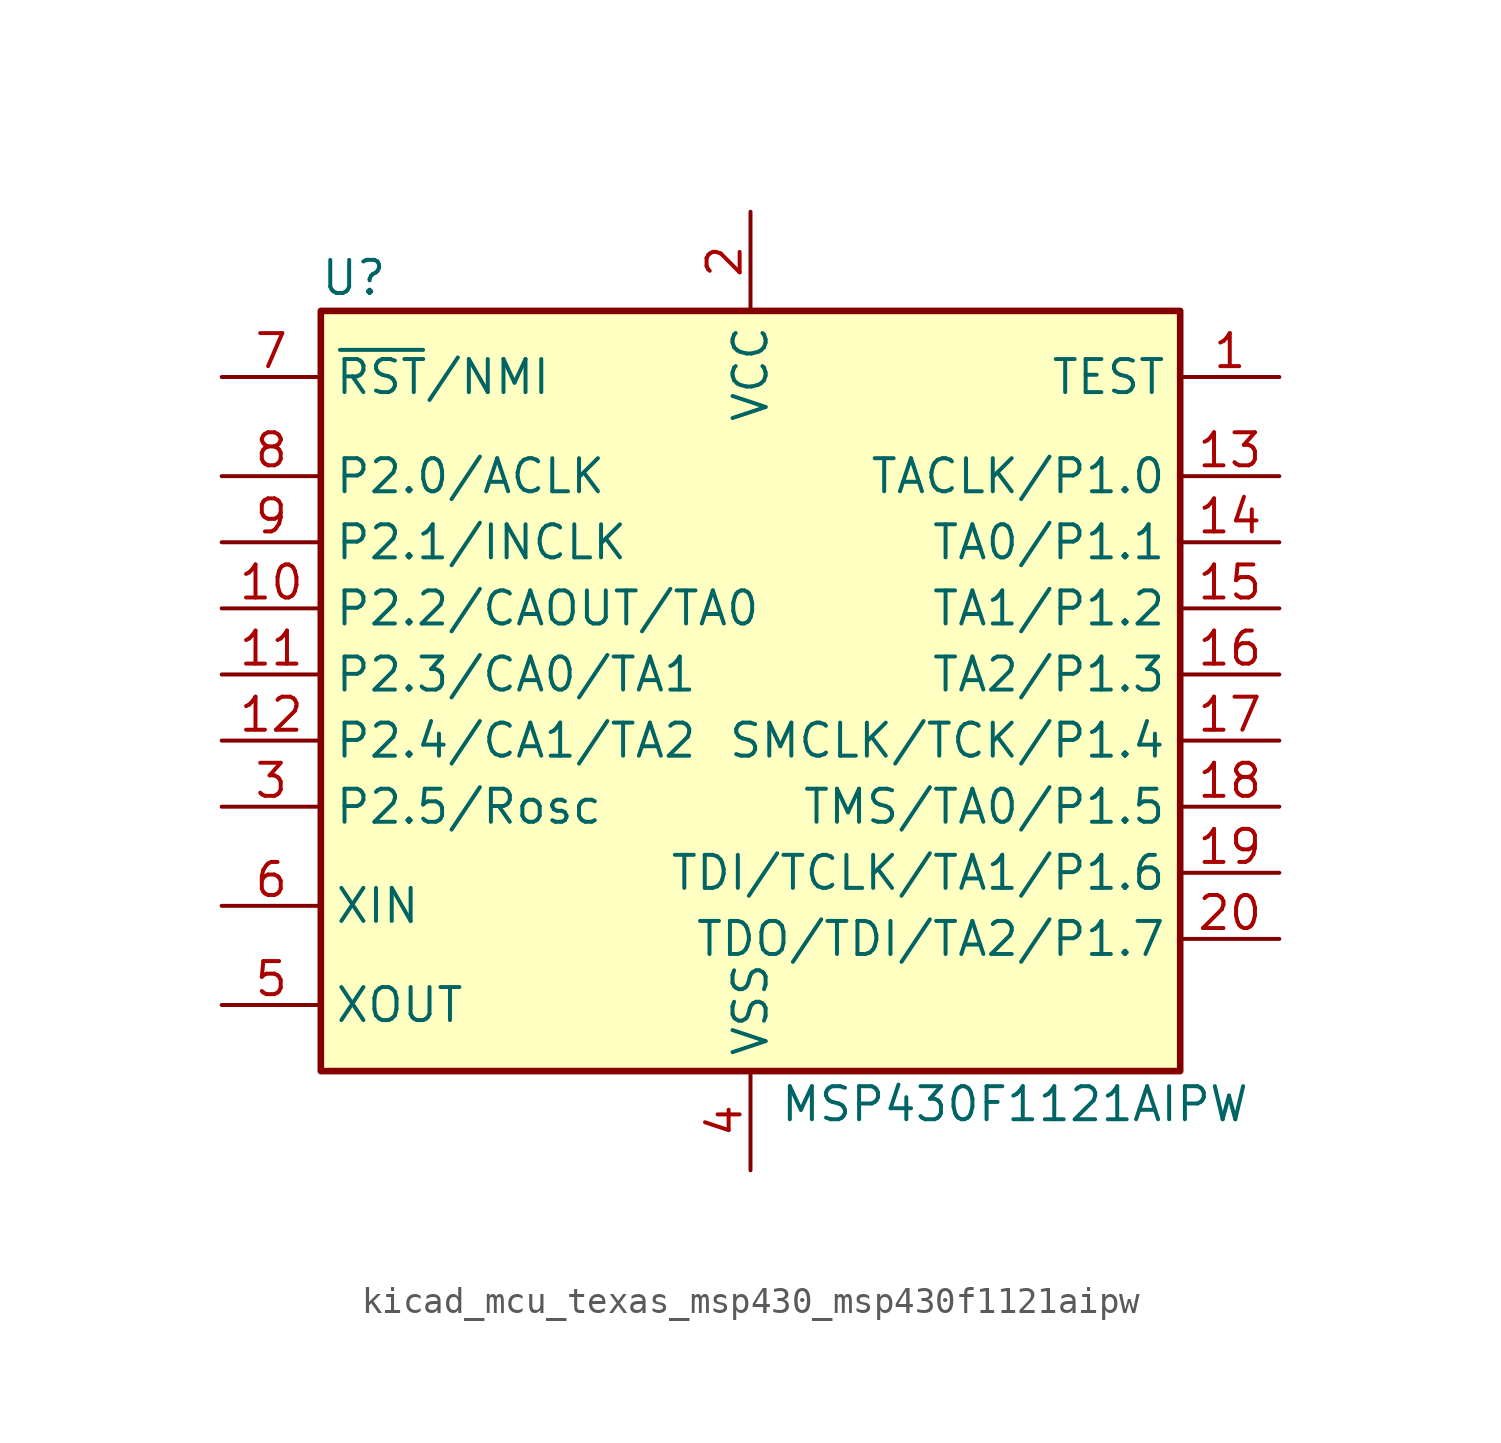
<source format=kicad_sym>
(kicad_symbol_lib
  (version 20220914)
  (generator kicad_symbol_editor)
  (symbol "kicad_mcu_texas_msp430_msp430f1121aipw"
    (property "Reference" "U"
      (at -15.24 15.24 0)
      (effects (font (size 1.27 1.27))))
    (property "Value" "MSP430F1121AIPW"
      (at 10.16 -16.51 0)
      (effects (font (size 1.27 1.27))))
    (symbol "kicad_mcu_texas_msp430_msp430f1121aipw_0_1"
      (rectangle (start -16.51 13.97) (end 16.51 -15.24) (stroke (width 0.254) (type default)) (fill (type background))))
    (symbol "kicad_mcu_texas_msp430_msp430f1121aipw_1_1"
      (pin input line (at 20.32 11.43 180) (length 3.81) (name "TEST" (effects (font (size 1.27 1.27)))) (number "1" (effects (font (size 1.27 1.27)))))
      (pin bidirectional line (at -20.32 2.54 0) (length 3.81) (name "P2.2/CAOUT/TA0" (effects (font (size 1.27 1.27)))) (number "10" (effects (font (size 1.27 1.27)))))
      (pin bidirectional line (at -20.32 0 0) (length 3.81) (name "P2.3/CA0/TA1" (effects (font (size 1.27 1.27)))) (number "11" (effects (font (size 1.27 1.27)))))
      (pin bidirectional line (at -20.32 -2.54 0) (length 3.81) (name "P2.4/CA1/TA2" (effects (font (size 1.27 1.27)))) (number "12" (effects (font (size 1.27 1.27)))))
      (pin bidirectional line (at 20.32 7.62 180) (length 3.81) (name "TACLK/P1.0" (effects (font (size 1.27 1.27)))) (number "13" (effects (font (size 1.27 1.27)))))
      (pin bidirectional line (at 20.32 5.08 180) (length 3.81) (name "TA0/P1.1" (effects (font (size 1.27 1.27)))) (number "14" (effects (font (size 1.27 1.27)))))
      (pin bidirectional line (at 20.32 2.54 180) (length 3.81) (name "TA1/P1.2" (effects (font (size 1.27 1.27)))) (number "15" (effects (font (size 1.27 1.27)))))
      (pin bidirectional line (at 20.32 0 180) (length 3.81) (name "TA2/P1.3" (effects (font (size 1.27 1.27)))) (number "16" (effects (font (size 1.27 1.27)))))
      (pin bidirectional line (at 20.32 -2.54 180) (length 3.81) (name "SMCLK/TCK/P1.4" (effects (font (size 1.27 1.27)))) (number "17" (effects (font (size 1.27 1.27)))))
      (pin bidirectional line (at 20.32 -5.08 180) (length 3.81) (name "TMS/TA0/P1.5" (effects (font (size 1.27 1.27)))) (number "18" (effects (font (size 1.27 1.27)))))
      (pin bidirectional line (at 20.32 -7.62 180) (length 3.81) (name "TDI/TCLK/TA1/P1.6" (effects (font (size 1.27 1.27)))) (number "19" (effects (font (size 1.27 1.27)))))
      (pin power_in line (at 0 17.78 270) (length 3.81) (name "VCC" (effects (font (size 1.27 1.27)))) (number "2" (effects (font (size 1.27 1.27)))))
      (pin bidirectional line (at 20.32 -10.16 180) (length 3.81) (name "TDO/TDI/TA2/P1.7" (effects (font (size 1.27 1.27)))) (number "20" (effects (font (size 1.27 1.27)))))
      (pin bidirectional line (at -20.32 -5.08 0) (length 3.81) (name "P2.5/Rosc" (effects (font (size 1.27 1.27)))) (number "3" (effects (font (size 1.27 1.27)))))
      (pin power_in line (at 0 -19.05 90) (length 3.81) (name "VSS" (effects (font (size 1.27 1.27)))) (number "4" (effects (font (size 1.27 1.27)))))
      (pin output line (at -20.32 -12.7 0) (length 3.81) (name "XOUT" (effects (font (size 1.27 1.27)))) (number "5" (effects (font (size 1.27 1.27)))))
      (pin input line (at -20.32 -8.89 0) (length 3.81) (name "XIN" (effects (font (size 1.27 1.27)))) (number "6" (effects (font (size 1.27 1.27)))))
      (pin input line (at -20.32 11.43 0) (length 3.81) (name "~{RST}/NMI" (effects (font (size 1.27 1.27)))) (number "7" (effects (font (size 1.27 1.27)))))
      (pin bidirectional line (at -20.32 7.62 0) (length 3.81) (name "P2.0/ACLK" (effects (font (size 1.27 1.27)))) (number "8" (effects (font (size 1.27 1.27)))))
      (pin bidirectional line (at -20.32 5.08 0) (length 3.81) (name "P2.1/INCLK" (effects (font (size 1.27 1.27)))) (number "9" (effects (font (size 1.27 1.27))))))))
</source>
